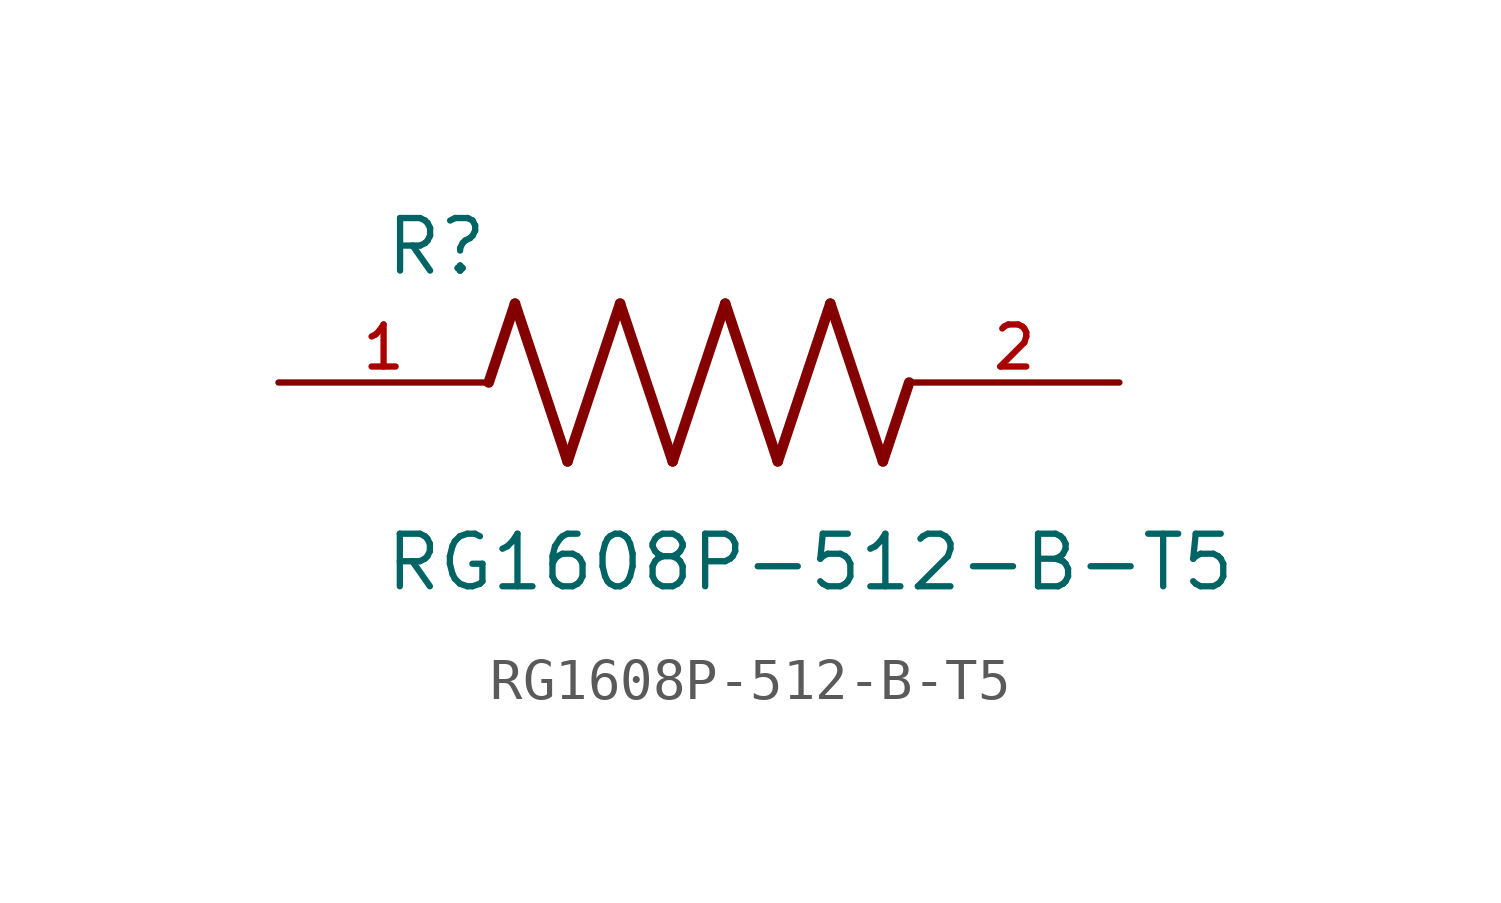
<source format=kicad_sym>
(kicad_symbol_lib
  (version 20211014)
  (generator kicad_symbol_editor)
  (symbol "RG1608P-512-B-T5"
    (pin_names
      (offset 1.016))
    (property "Reference" "R"
      (at -7.624 2.541 0)
      (effects (font (size 1.27 1.27)) (justify bottom left)))
    (property "Value" "RG1608P-512-B-T5"
      (at -7.63 -5.087 0)
      (effects (font (size 1.27 1.27)) (justify bottom left)))
    (symbol "RG1608P-512-B-T5_0_0"
      (polyline (pts (xy -5.08 0.0) (xy -4.445 1.905)) (stroke (width 0.254)))
      (polyline (pts (xy -4.445 1.905) (xy -3.175 -1.905)) (stroke (width 0.254)))
      (polyline (pts (xy -3.175 -1.905) (xy -1.905 1.905)) (stroke (width 0.254)))
      (polyline (pts (xy -1.905 1.905) (xy -0.635 -1.905)) (stroke (width 0.254)))
      (polyline (pts (xy -0.635 -1.905) (xy 0.635 1.905)) (stroke (width 0.254)))
      (polyline (pts (xy 0.635 1.905) (xy 1.905 -1.905)) (stroke (width 0.254)))
      (polyline (pts (xy 1.905 -1.905) (xy 3.175 1.905)) (stroke (width 0.254)))
      (polyline (pts (xy 3.175 1.905) (xy 4.445 -1.905)) (stroke (width 0.254)))
      (polyline (pts (xy 4.445 -1.905) (xy 5.08 0.0)) (stroke (width 0.254)))
      (pin passive line (at -10.16 0.0 0) (length 5.08) (name "~" (effects (font (size 1.016 1.016)))) (number "1" (effects (font (size 1.016 1.016)))))
      (pin passive line (at 10.16 0.0 180.0) (length 5.08) (name "~" (effects (font (size 1.016 1.016)))) (number "2" (effects (font (size 1.016 1.016))))))))
</source>
